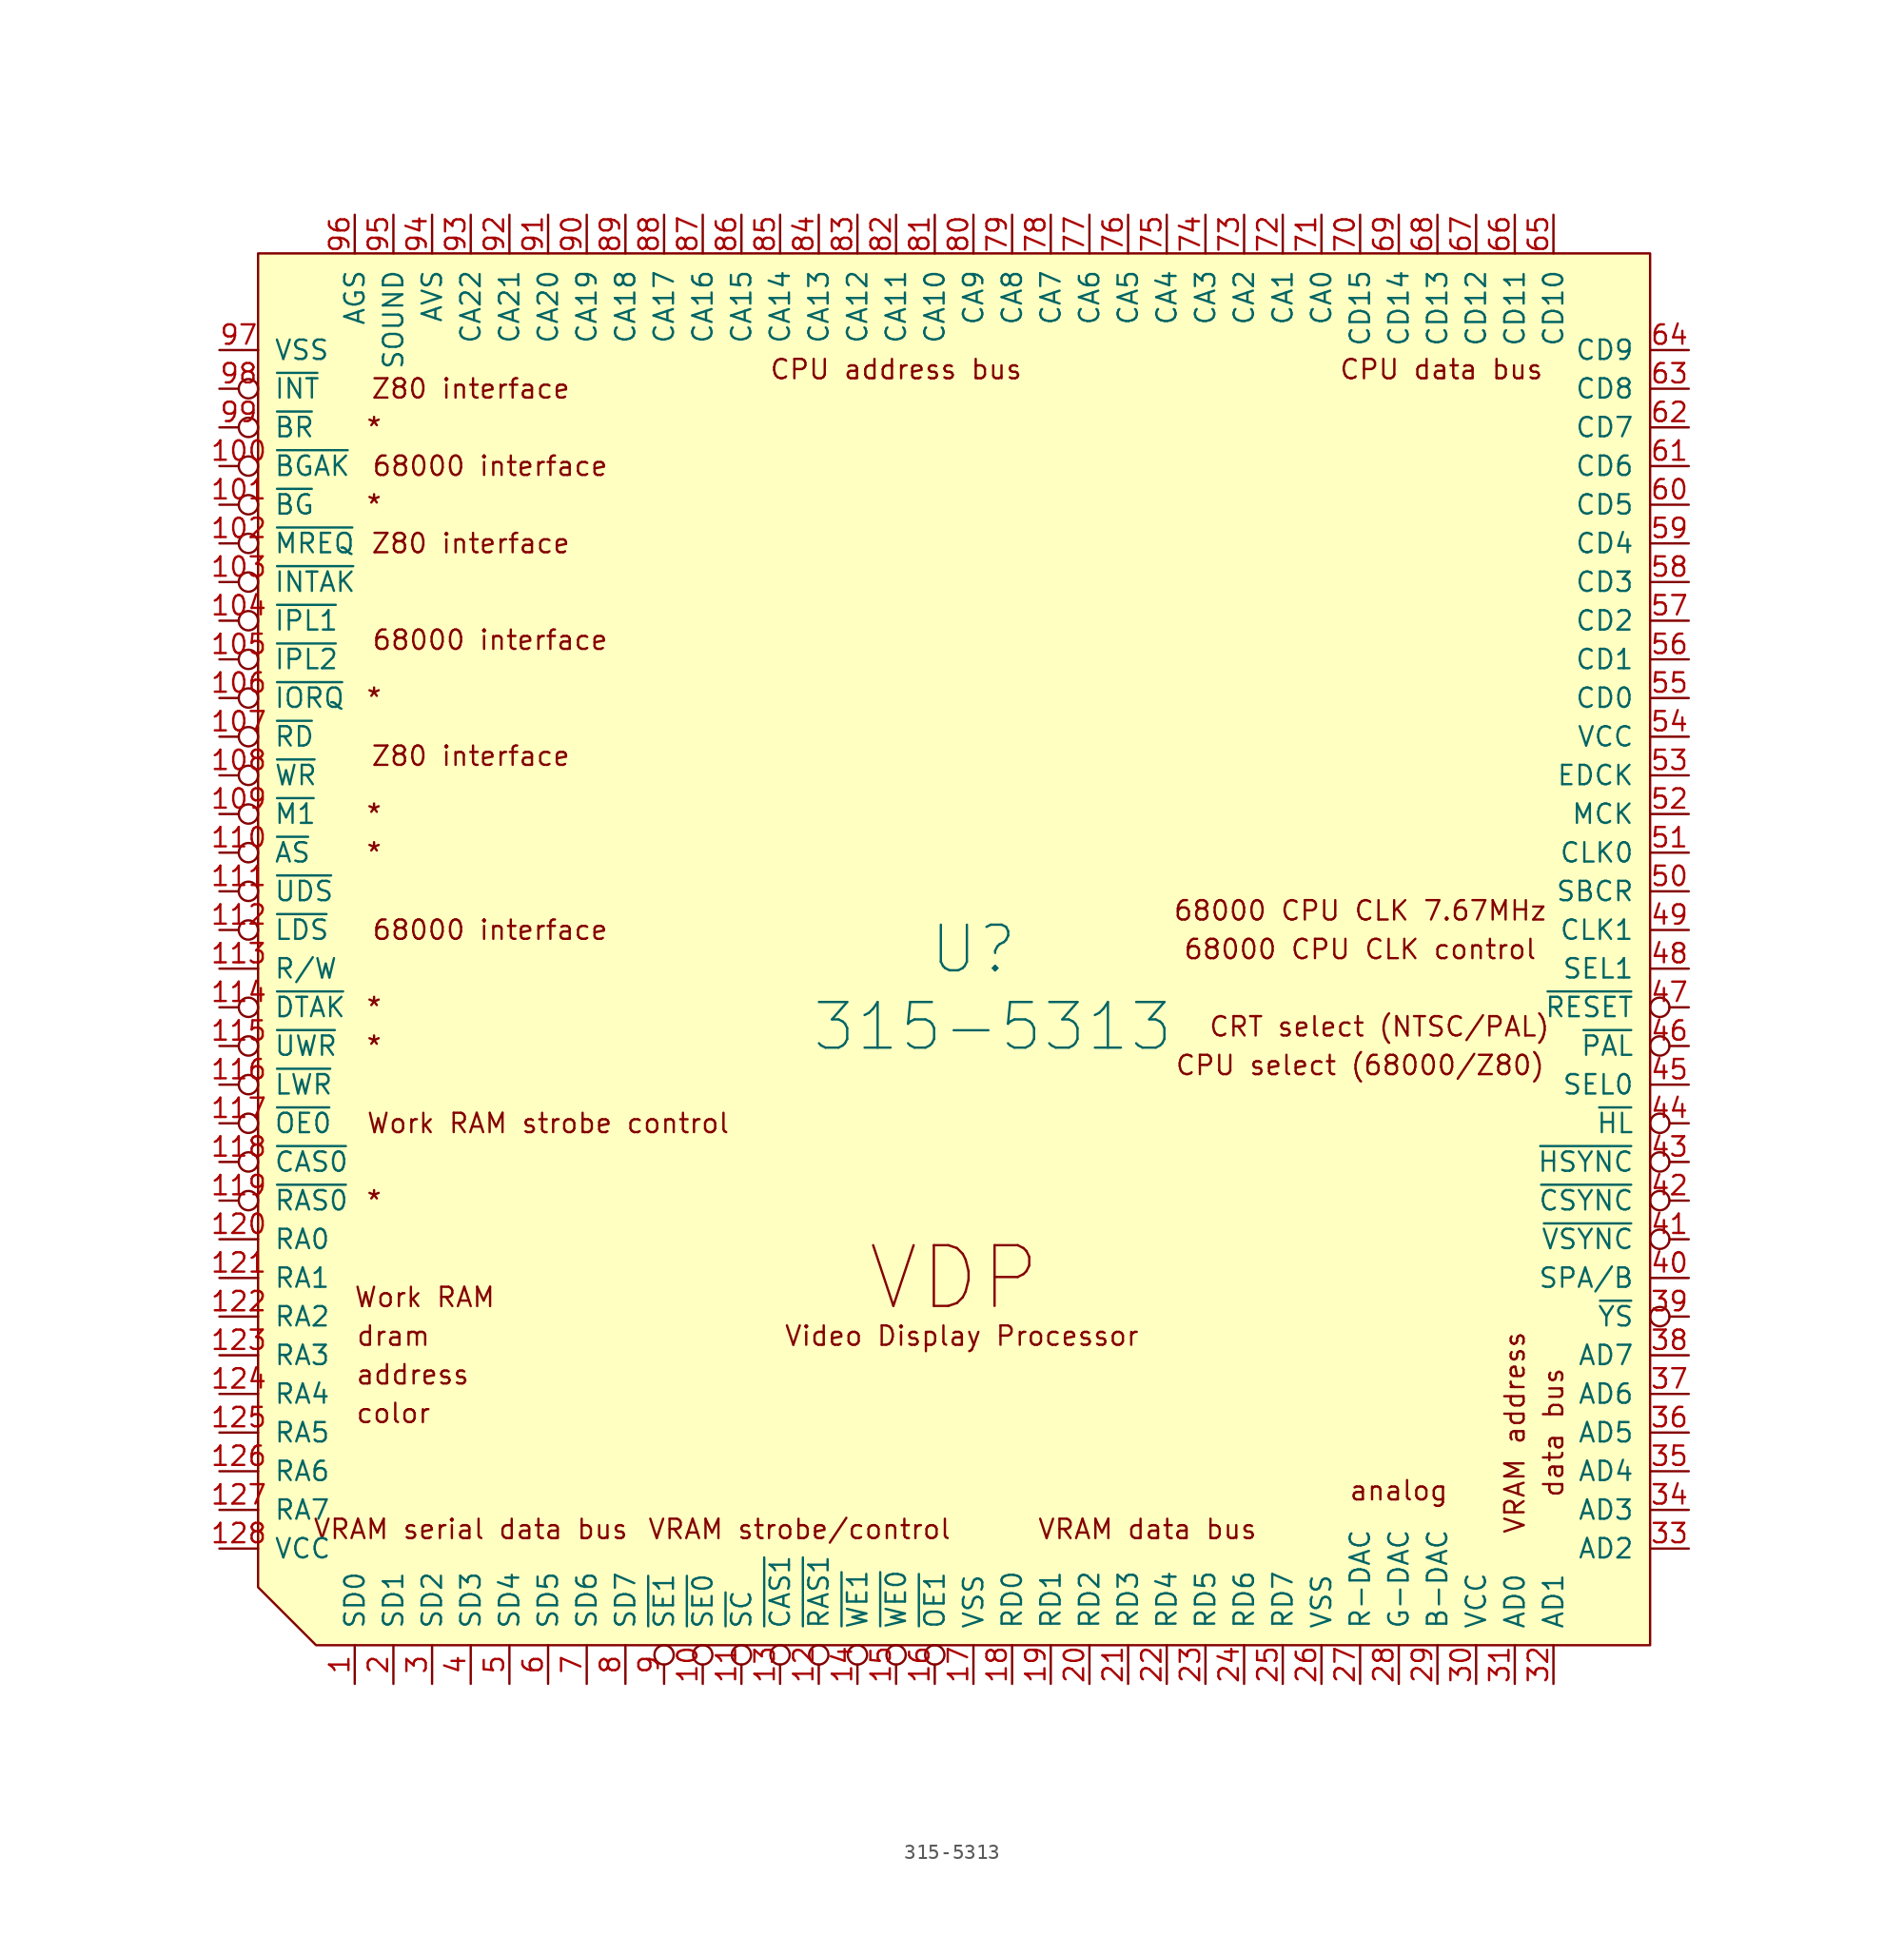
<source format=kicad_sym>
(kicad_symbol_lib
  (version 20220914)
  (generator kicad_symbol_editor)
  (symbol "315-5313"
    (pin_names
      (offset 1.016))
    (property "Reference" "U"
      (at -1.27 3.81 0)
      (effects (font (size 2.997 2.997))))
    (property "Value" "315-5313"
      (at 0 -1.27 0)
      (effects (font (size 2.997 2.997))))
    (symbol "315-5313_0_0"
      (text "*" (at -40.64 38.1 0) (effects (font (size 1.27 1.27))))
      (text "68000 CPU CLK 7.67MHz" (at 24.13 6.35 0) (effects (font (size 1.27 1.27))))
      (text "68000 CPU CLK control" (at 24.13 3.81 0) (effects (font (size 1.27 1.27))))
      (text "68000 interface" (at -33.02 5.08 0) (effects (font (size 1.27 1.27))))
      (text "68000 interface" (at -33.02 24.13 0) (effects (font (size 1.27 1.27))))
      (text "68000 interface" (at -33.02 35.56 0) (effects (font (size 1.27 1.27))))
      (text "address" (at -38.1 -24.13 0) (effects (font (size 1.27 1.27))))
      (text "color" (at -39.37 -26.67 0) (effects (font (size 1.27 1.27))))
      (text "CPU address bus" (at -6.35 41.91 0) (effects (font (size 1.27 1.27))))
      (text "CPU data bus" (at 29.464 41.91 0) (effects (font (size 1.27 1.27))))
      (text "CPU select (68000/Z80)" (at 24.13 -3.81 0) (effects (font (size 1.27 1.27))))
      (text "CRT select (NTSC/PAL)" (at 25.4 -1.27 0) (effects (font (size 1.27 1.27))))
      (text "data bus" (at 36.83 -27.94 900) (effects (font (size 1.27 1.27))))
      (text "dram" (at -39.37 -21.59 0) (effects (font (size 1.27 1.27))))
      (text "VDP" (at -2.54 -17.78 0) (effects (font (size 3.988 3.988))))
      (text "Video Display Processor" (at -2.032 -21.59 0) (effects (font (size 1.27 1.27))))
      (text "VRAM address" (at 34.29 -27.94 900) (effects (font (size 1.27 1.27))))
      (text "VRAM data bus" (at 10.16 -34.29 0) (effects (font (size 1.27 1.27))))
      (text "VRAM serial data bus" (at -34.29 -34.29 0) (effects (font (size 1.27 1.27))))
      (text "VRAM strobe/control" (at -12.7 -34.29 0) (effects (font (size 1.27 1.27))))
      (text "Work RAM " (at -36.83 -19.05 0) (effects (font (size 1.27 1.27))))
      (text "Work RAM strobe control" (at -29.21 -7.62 0) (effects (font (size 1.27 1.27))))
      (text "Z80 interface" (at -34.29 16.51 0) (effects (font (size 1.27 1.27))))
      (text "Z80 interface" (at -34.29 30.48 0) (effects (font (size 1.27 1.27))))
      (text "Z80 interface" (at -34.29 40.64 0) (effects (font (size 1.27 1.27)))))
    (symbol "315-5313_0_1"
      (polyline (pts (xy -48.26 49.53) (xy 43.18 49.53) (xy 43.18 -41.91) (xy -44.45 -41.91) (xy -48.26 -38.1) (xy -48.26 49.53)) (stroke (width 0) (type default)) (fill (type background))))
    (symbol "315-5313_1_0"
      (text "analog" (at 26.67 -31.75 0) (effects (font (size 1.27 1.27)))))
    (symbol "315-5313_1_1"
      (text "*" (at -40.64 -12.7 0) (effects (font (size 1.27 1.27))))
      (text "*" (at -40.64 -2.54 0) (effects (font (size 1.27 1.27))))
      (text "*" (at -40.64 0 0) (effects (font (size 1.27 1.27))))
      (text "*" (at -40.64 10.16 0) (effects (font (size 1.27 1.27))))
      (text "*" (at -40.64 12.7 0) (effects (font (size 1.27 1.27))))
      (text "*" (at -40.64 20.32 0) (effects (font (size 1.27 1.27))))
      (text "*" (at -40.64 33.02 0) (effects (font (size 1.27 1.27))))
      (pin bidirectional line (at -41.91 -44.45 90) (length 2.54) (name "SD0" (effects (font (size 1.27 1.27)))) (number "1" (effects (font (size 1.27 1.27)))))
      (pin output inverted (at -19.05 -44.45 90) (length 2.54) (name "~{SE0}" (effects (font (size 1.27 1.27)))) (number "10" (effects (font (size 1.27 1.27)))))
      (pin bidirectional inverted (at -50.8 35.56 0) (length 2.54) (name "~{BGAK}" (effects (font (size 1.27 1.27)))) (number "100" (effects (font (size 1.27 1.27)))))
      (pin input inverted (at -50.8 33.02 0) (length 2.54) (name "~{BG}" (effects (font (size 1.27 1.27)))) (number "101" (effects (font (size 1.27 1.27)))))
      (pin input inverted (at -50.8 30.48 0) (length 2.54) (name "~{MREQ}" (effects (font (size 1.27 1.27)))) (number "102" (effects (font (size 1.27 1.27)))))
      (pin input inverted (at -50.8 27.94 0) (length 2.54) (name "~{INTAK}" (effects (font (size 1.27 1.27)))) (number "103" (effects (font (size 1.27 1.27)))))
      (pin output inverted (at -50.8 25.4 0) (length 2.54) (name "~{IPL1}" (effects (font (size 1.27 1.27)))) (number "104" (effects (font (size 1.27 1.27)))))
      (pin output inverted (at -50.8 22.86 0) (length 2.54) (name "~{IPL2}" (effects (font (size 1.27 1.27)))) (number "105" (effects (font (size 1.27 1.27)))))
      (pin input inverted (at -50.8 20.32 0) (length 2.54) (name "~{IORQ}" (effects (font (size 1.27 1.27)))) (number "106" (effects (font (size 1.27 1.27)))))
      (pin input inverted (at -50.8 17.78 0) (length 2.54) (name "~{RD}" (effects (font (size 1.27 1.27)))) (number "107" (effects (font (size 1.27 1.27)))))
      (pin input inverted (at -50.8 15.24 0) (length 2.54) (name "~{WR}" (effects (font (size 1.27 1.27)))) (number "108" (effects (font (size 1.27 1.27)))))
      (pin input inverted (at -50.8 12.7 0) (length 2.54) (name "~{M1}" (effects (font (size 1.27 1.27)))) (number "109" (effects (font (size 1.27 1.27)))))
      (pin output inverted (at -16.51 -44.45 90) (length 2.54) (name "~{SC}" (effects (font (size 1.27 1.27)))) (number "11" (effects (font (size 1.27 1.27)))))
      (pin input inverted (at -50.8 10.16 0) (length 2.54) (name "~{AS}" (effects (font (size 1.27 1.27)))) (number "110" (effects (font (size 1.27 1.27)))))
      (pin input inverted (at -50.8 7.62 0) (length 2.54) (name "~{UDS}" (effects (font (size 1.27 1.27)))) (number "111" (effects (font (size 1.27 1.27)))))
      (pin input inverted (at -50.8 5.08 0) (length 2.54) (name "~{LDS}" (effects (font (size 1.27 1.27)))) (number "112" (effects (font (size 1.27 1.27)))))
      (pin input line (at -50.8 2.54 0) (length 2.54) (name "R/W" (effects (font (size 1.27 1.27)))) (number "113" (effects (font (size 1.27 1.27)))))
      (pin bidirectional inverted (at -50.8 0 0) (length 2.54) (name "~{DTAK}" (effects (font (size 1.27 1.27)))) (number "114" (effects (font (size 1.27 1.27)))))
      (pin output inverted (at -50.8 -2.54 0) (length 2.54) (name "~{UWR}" (effects (font (size 1.27 1.27)))) (number "115" (effects (font (size 1.27 1.27)))))
      (pin output inverted (at -50.8 -5.08 0) (length 2.54) (name "~{LWR}" (effects (font (size 1.27 1.27)))) (number "116" (effects (font (size 1.27 1.27)))))
      (pin output inverted (at -50.8 -7.62 0) (length 2.54) (name "~{OE0}" (effects (font (size 1.27 1.27)))) (number "117" (effects (font (size 1.27 1.27)))))
      (pin output inverted (at -50.8 -10.16 0) (length 2.54) (name "~{CAS0}" (effects (font (size 1.27 1.27)))) (number "118" (effects (font (size 1.27 1.27)))))
      (pin output inverted (at -50.8 -12.7 0) (length 2.54) (name "~{RAS0}" (effects (font (size 1.27 1.27)))) (number "119" (effects (font (size 1.27 1.27)))))
      (pin output inverted (at -11.43 -44.45 90) (length 2.54) (name "~{RAS1}" (effects (font (size 1.27 1.27)))) (number "12" (effects (font (size 1.27 1.27)))))
      (pin output line (at -50.8 -15.24 0) (length 2.54) (name "RA0" (effects (font (size 1.27 1.27)))) (number "120" (effects (font (size 1.27 1.27)))))
      (pin output line (at -50.8 -17.78 0) (length 2.54) (name "RA1" (effects (font (size 1.27 1.27)))) (number "121" (effects (font (size 1.27 1.27)))))
      (pin output line (at -50.8 -20.32 0) (length 2.54) (name "RA2" (effects (font (size 1.27 1.27)))) (number "122" (effects (font (size 1.27 1.27)))))
      (pin output line (at -50.8 -22.86 0) (length 2.54) (name "RA3" (effects (font (size 1.27 1.27)))) (number "123" (effects (font (size 1.27 1.27)))))
      (pin output line (at -50.8 -25.4 0) (length 2.54) (name "RA4" (effects (font (size 1.27 1.27)))) (number "124" (effects (font (size 1.27 1.27)))))
      (pin output line (at -50.8 -27.94 0) (length 2.54) (name "RA5" (effects (font (size 1.27 1.27)))) (number "125" (effects (font (size 1.27 1.27)))))
      (pin output line (at -50.8 -30.48 0) (length 2.54) (name "RA6" (effects (font (size 1.27 1.27)))) (number "126" (effects (font (size 1.27 1.27)))))
      (pin output line (at -50.8 -33.02 0) (length 2.54) (name "RA7" (effects (font (size 1.27 1.27)))) (number "127" (effects (font (size 1.27 1.27)))))
      (pin power_in line (at -50.8 -35.56 0) (length 2.54) (name "VCC" (effects (font (size 1.27 1.27)))) (number "128" (effects (font (size 1.27 1.27)))))
      (pin output inverted (at -13.97 -44.45 90) (length 2.54) (name "~{CAS1}" (effects (font (size 1.27 1.27)))) (number "13" (effects (font (size 1.27 1.27)))))
      (pin output inverted (at -8.89 -44.45 90) (length 2.54) (name "~{WE1}" (effects (font (size 1.27 1.27)))) (number "14" (effects (font (size 1.27 1.27)))))
      (pin output inverted (at -6.35 -44.45 90) (length 2.54) (name "~{WE0}" (effects (font (size 1.27 1.27)))) (number "15" (effects (font (size 1.27 1.27)))))
      (pin output inverted (at -3.81 -44.45 90) (length 2.54) (name "~{OE1}" (effects (font (size 1.27 1.27)))) (number "16" (effects (font (size 1.27 1.27)))))
      (pin power_in line (at -1.27 -44.45 90) (length 2.54) (name "VSS" (effects (font (size 1.27 1.27)))) (number "17" (effects (font (size 1.27 1.27)))))
      (pin bidirectional line (at 1.27 -44.45 90) (length 2.54) (name "RD0" (effects (font (size 1.27 1.27)))) (number "18" (effects (font (size 1.27 1.27)))))
      (pin bidirectional line (at 3.81 -44.45 90) (length 2.54) (name "RD1" (effects (font (size 1.27 1.27)))) (number "19" (effects (font (size 1.27 1.27)))))
      (pin bidirectional line (at -39.37 -44.45 90) (length 2.54) (name "SD1" (effects (font (size 1.27 1.27)))) (number "2" (effects (font (size 1.27 1.27)))))
      (pin bidirectional line (at 6.35 -44.45 90) (length 2.54) (name "RD2" (effects (font (size 1.27 1.27)))) (number "20" (effects (font (size 1.27 1.27)))))
      (pin bidirectional line (at 8.89 -44.45 90) (length 2.54) (name "RD3" (effects (font (size 1.27 1.27)))) (number "21" (effects (font (size 1.27 1.27)))))
      (pin bidirectional line (at 11.43 -44.45 90) (length 2.54) (name "RD4" (effects (font (size 1.27 1.27)))) (number "22" (effects (font (size 1.27 1.27)))))
      (pin bidirectional line (at 13.97 -44.45 90) (length 2.54) (name "RD5" (effects (font (size 1.27 1.27)))) (number "23" (effects (font (size 1.27 1.27)))))
      (pin bidirectional line (at 16.51 -44.45 90) (length 2.54) (name "RD6" (effects (font (size 1.27 1.27)))) (number "24" (effects (font (size 1.27 1.27)))))
      (pin bidirectional line (at 19.05 -44.45 90) (length 2.54) (name "RD7" (effects (font (size 1.27 1.27)))) (number "25" (effects (font (size 1.27 1.27)))))
      (pin power_in line (at 21.59 -44.45 90) (length 2.54) (name "VSS" (effects (font (size 1.27 1.27)))) (number "26" (effects (font (size 1.27 1.27)))))
      (pin output line (at 24.13 -44.45 90) (length 2.54) (name "R-DAC" (effects (font (size 1.27 1.27)))) (number "27" (effects (font (size 1.27 1.27)))))
      (pin output line (at 26.67 -44.45 90) (length 2.54) (name "G-DAC" (effects (font (size 1.27 1.27)))) (number "28" (effects (font (size 1.27 1.27)))))
      (pin output line (at 29.21 -44.45 90) (length 2.54) (name "B-DAC" (effects (font (size 1.27 1.27)))) (number "29" (effects (font (size 1.27 1.27)))))
      (pin bidirectional line (at -36.83 -44.45 90) (length 2.54) (name "SD2" (effects (font (size 1.27 1.27)))) (number "3" (effects (font (size 1.27 1.27)))))
      (pin power_in line (at 31.75 -44.45 90) (length 2.54) (name "VCC" (effects (font (size 1.27 1.27)))) (number "30" (effects (font (size 1.27 1.27)))))
      (pin bidirectional line (at 34.29 -44.45 90) (length 2.54) (name "AD0" (effects (font (size 1.27 1.27)))) (number "31" (effects (font (size 1.27 1.27)))))
      (pin bidirectional line (at 36.83 -44.45 90) (length 2.54) (name "AD1" (effects (font (size 1.27 1.27)))) (number "32" (effects (font (size 1.27 1.27)))))
      (pin bidirectional line (at 45.72 -35.56 180) (length 2.54) (name "AD2" (effects (font (size 1.27 1.27)))) (number "33" (effects (font (size 1.27 1.27)))))
      (pin bidirectional line (at 45.72 -33.02 180) (length 2.54) (name "AD3" (effects (font (size 1.27 1.27)))) (number "34" (effects (font (size 1.27 1.27)))))
      (pin bidirectional line (at 45.72 -30.48 180) (length 2.54) (name "AD4" (effects (font (size 1.27 1.27)))) (number "35" (effects (font (size 1.27 1.27)))))
      (pin bidirectional line (at 45.72 -27.94 180) (length 2.54) (name "AD5" (effects (font (size 1.27 1.27)))) (number "36" (effects (font (size 1.27 1.27)))))
      (pin bidirectional line (at 45.72 -25.4 180) (length 2.54) (name "AD6" (effects (font (size 1.27 1.27)))) (number "37" (effects (font (size 1.27 1.27)))))
      (pin bidirectional line (at 45.72 -22.86 180) (length 2.54) (name "AD7" (effects (font (size 1.27 1.27)))) (number "38" (effects (font (size 1.27 1.27)))))
      (pin output inverted (at 45.72 -20.32 180) (length 2.54) (name "~{YS}" (effects (font (size 1.27 1.27)))) (number "39" (effects (font (size 1.27 1.27)))))
      (pin bidirectional line (at -34.29 -44.45 90) (length 2.54) (name "SD3" (effects (font (size 1.27 1.27)))) (number "4" (effects (font (size 1.27 1.27)))))
      (pin bidirectional line (at 45.72 -17.78 180) (length 2.54) (name "SPA/B" (effects (font (size 1.27 1.27)))) (number "40" (effects (font (size 1.27 1.27)))))
      (pin output inverted (at 45.72 -15.24 180) (length 2.54) (name "~{VSYNC}" (effects (font (size 1.27 1.27)))) (number "41" (effects (font (size 1.27 1.27)))))
      (pin input inverted (at 45.72 -12.7 180) (length 2.54) (name "~{CSYNC}" (effects (font (size 1.27 1.27)))) (number "42" (effects (font (size 1.27 1.27)))))
      (pin bidirectional inverted (at 45.72 -10.16 180) (length 2.54) (name "~{HSYNC}" (effects (font (size 1.27 1.27)))) (number "43" (effects (font (size 1.27 1.27)))))
      (pin input inverted (at 45.72 -7.62 180) (length 2.54) (name "~{HL}" (effects (font (size 1.27 1.27)))) (number "44" (effects (font (size 1.27 1.27)))))
      (pin input line (at 45.72 -5.08 180) (length 2.54) (name "SEL0" (effects (font (size 1.27 1.27)))) (number "45" (effects (font (size 1.27 1.27)))))
      (pin input inverted (at 45.72 -2.54 180) (length 2.54) (name "~{PAL}" (effects (font (size 1.27 1.27)))) (number "46" (effects (font (size 1.27 1.27)))))
      (pin input inverted (at 45.72 0 180) (length 2.54) (name "~{RESET}" (effects (font (size 1.27 1.27)))) (number "47" (effects (font (size 1.27 1.27)))))
      (pin input line (at 45.72 2.54 180) (length 2.54) (name "SEL1" (effects (font (size 1.27 1.27)))) (number "48" (effects (font (size 1.27 1.27)))))
      (pin bidirectional line (at 45.72 5.08 180) (length 2.54) (name "CLK1" (effects (font (size 1.27 1.27)))) (number "49" (effects (font (size 1.27 1.27)))))
      (pin bidirectional line (at -31.75 -44.45 90) (length 2.54) (name "SD4" (effects (font (size 1.27 1.27)))) (number "5" (effects (font (size 1.27 1.27)))))
      (pin output line (at 45.72 7.62 180) (length 2.54) (name "SBCR" (effects (font (size 1.27 1.27)))) (number "50" (effects (font (size 1.27 1.27)))))
      (pin output line (at 45.72 10.16 180) (length 2.54) (name "CLK0" (effects (font (size 1.27 1.27)))) (number "51" (effects (font (size 1.27 1.27)))))
      (pin output line (at 45.72 12.7 180) (length 2.54) (name "MCK" (effects (font (size 1.27 1.27)))) (number "52" (effects (font (size 1.27 1.27)))))
      (pin bidirectional line (at 45.72 15.24 180) (length 2.54) (name "EDCK" (effects (font (size 1.27 1.27)))) (number "53" (effects (font (size 1.27 1.27)))))
      (pin input line (at 45.72 17.78 180) (length 2.54) (name "VCC" (effects (font (size 1.27 1.27)))) (number "54" (effects (font (size 1.27 1.27)))))
      (pin bidirectional line (at 45.72 20.32 180) (length 2.54) (name "CD0" (effects (font (size 1.27 1.27)))) (number "55" (effects (font (size 1.27 1.27)))))
      (pin bidirectional line (at 45.72 22.86 180) (length 2.54) (name "CD1" (effects (font (size 1.27 1.27)))) (number "56" (effects (font (size 1.27 1.27)))))
      (pin bidirectional line (at 45.72 25.4 180) (length 2.54) (name "CD2" (effects (font (size 1.27 1.27)))) (number "57" (effects (font (size 1.27 1.27)))))
      (pin bidirectional line (at 45.72 27.94 180) (length 2.54) (name "CD3" (effects (font (size 1.27 1.27)))) (number "58" (effects (font (size 1.27 1.27)))))
      (pin bidirectional line (at 45.72 30.48 180) (length 2.54) (name "CD4" (effects (font (size 1.27 1.27)))) (number "59" (effects (font (size 1.27 1.27)))))
      (pin bidirectional line (at -29.21 -44.45 90) (length 2.54) (name "SD5" (effects (font (size 1.27 1.27)))) (number "6" (effects (font (size 1.27 1.27)))))
      (pin bidirectional line (at 45.72 33.02 180) (length 2.54) (name "CD5" (effects (font (size 1.27 1.27)))) (number "60" (effects (font (size 1.27 1.27)))))
      (pin bidirectional line (at 45.72 35.56 180) (length 2.54) (name "CD6" (effects (font (size 1.27 1.27)))) (number "61" (effects (font (size 1.27 1.27)))))
      (pin bidirectional line (at 45.72 38.1 180) (length 2.54) (name "CD7" (effects (font (size 1.27 1.27)))) (number "62" (effects (font (size 1.27 1.27)))))
      (pin bidirectional line (at 45.72 40.64 180) (length 2.54) (name "CD8" (effects (font (size 1.27 1.27)))) (number "63" (effects (font (size 1.27 1.27)))))
      (pin bidirectional line (at 45.72 43.18 180) (length 2.54) (name "CD9" (effects (font (size 1.27 1.27)))) (number "64" (effects (font (size 1.27 1.27)))))
      (pin bidirectional line (at 36.83 52.07 270) (length 2.54) (name "CD10" (effects (font (size 1.27 1.27)))) (number "65" (effects (font (size 1.27 1.27)))))
      (pin bidirectional line (at 34.29 52.07 270) (length 2.54) (name "CD11" (effects (font (size 1.27 1.27)))) (number "66" (effects (font (size 1.27 1.27)))))
      (pin bidirectional line (at 31.75 52.07 270) (length 2.54) (name "CD12" (effects (font (size 1.27 1.27)))) (number "67" (effects (font (size 1.27 1.27)))))
      (pin bidirectional line (at 29.21 52.07 270) (length 2.54) (name "CD13" (effects (font (size 1.27 1.27)))) (number "68" (effects (font (size 1.27 1.27)))))
      (pin bidirectional line (at 26.67 52.07 270) (length 2.54) (name "CD14" (effects (font (size 1.27 1.27)))) (number "69" (effects (font (size 1.27 1.27)))))
      (pin bidirectional line (at -26.67 -44.45 90) (length 2.54) (name "SD6" (effects (font (size 1.27 1.27)))) (number "7" (effects (font (size 1.27 1.27)))))
      (pin bidirectional line (at 24.13 52.07 270) (length 2.54) (name "CD15" (effects (font (size 1.27 1.27)))) (number "70" (effects (font (size 1.27 1.27)))))
      (pin bidirectional line (at 21.59 52.07 270) (length 2.54) (name "CA0" (effects (font (size 1.27 1.27)))) (number "71" (effects (font (size 1.27 1.27)))))
      (pin bidirectional line (at 19.05 52.07 270) (length 2.54) (name "CA1" (effects (font (size 1.27 1.27)))) (number "72" (effects (font (size 1.27 1.27)))))
      (pin bidirectional line (at 16.51 52.07 270) (length 2.54) (name "CA2" (effects (font (size 1.27 1.27)))) (number "73" (effects (font (size 1.27 1.27)))))
      (pin bidirectional line (at 13.97 52.07 270) (length 2.54) (name "CA3" (effects (font (size 1.27 1.27)))) (number "74" (effects (font (size 1.27 1.27)))))
      (pin bidirectional line (at 11.43 52.07 270) (length 2.54) (name "CA4" (effects (font (size 1.27 1.27)))) (number "75" (effects (font (size 1.27 1.27)))))
      (pin bidirectional line (at 8.89 52.07 270) (length 2.54) (name "CA5" (effects (font (size 1.27 1.27)))) (number "76" (effects (font (size 1.27 1.27)))))
      (pin bidirectional line (at 6.35 52.07 270) (length 2.54) (name "CA6" (effects (font (size 1.27 1.27)))) (number "77" (effects (font (size 1.27 1.27)))))
      (pin bidirectional line (at 3.81 52.07 270) (length 2.54) (name "CA7" (effects (font (size 1.27 1.27)))) (number "78" (effects (font (size 1.27 1.27)))))
      (pin bidirectional line (at 1.27 52.07 270) (length 2.54) (name "CA8" (effects (font (size 1.27 1.27)))) (number "79" (effects (font (size 1.27 1.27)))))
      (pin bidirectional line (at -24.13 -44.45 90) (length 2.54) (name "SD7" (effects (font (size 1.27 1.27)))) (number "8" (effects (font (size 1.27 1.27)))))
      (pin bidirectional line (at -1.27 52.07 270) (length 2.54) (name "CA9" (effects (font (size 1.27 1.27)))) (number "80" (effects (font (size 1.27 1.27)))))
      (pin bidirectional line (at -3.81 52.07 270) (length 2.54) (name "CA10" (effects (font (size 1.27 1.27)))) (number "81" (effects (font (size 1.27 1.27)))))
      (pin bidirectional line (at -6.35 52.07 270) (length 2.54) (name "CA11" (effects (font (size 1.27 1.27)))) (number "82" (effects (font (size 1.27 1.27)))))
      (pin bidirectional line (at -8.89 52.07 270) (length 2.54) (name "CA12" (effects (font (size 1.27 1.27)))) (number "83" (effects (font (size 1.27 1.27)))))
      (pin bidirectional line (at -11.43 52.07 270) (length 2.54) (name "CA13" (effects (font (size 1.27 1.27)))) (number "84" (effects (font (size 1.27 1.27)))))
      (pin bidirectional line (at -13.97 52.07 270) (length 2.54) (name "CA14" (effects (font (size 1.27 1.27)))) (number "85" (effects (font (size 1.27 1.27)))))
      (pin bidirectional line (at -16.51 52.07 270) (length 2.54) (name "CA15" (effects (font (size 1.27 1.27)))) (number "86" (effects (font (size 1.27 1.27)))))
      (pin bidirectional line (at -19.05 52.07 270) (length 2.54) (name "CA16" (effects (font (size 1.27 1.27)))) (number "87" (effects (font (size 1.27 1.27)))))
      (pin bidirectional line (at -21.59 52.07 270) (length 2.54) (name "CA17" (effects (font (size 1.27 1.27)))) (number "88" (effects (font (size 1.27 1.27)))))
      (pin bidirectional line (at -24.13 52.07 270) (length 2.54) (name "CA18" (effects (font (size 1.27 1.27)))) (number "89" (effects (font (size 1.27 1.27)))))
      (pin output inverted (at -21.59 -44.45 90) (length 2.54) (name "~{SE1}" (effects (font (size 1.27 1.27)))) (number "9" (effects (font (size 1.27 1.27)))))
      (pin bidirectional line (at -26.67 52.07 270) (length 2.54) (name "CA19" (effects (font (size 1.27 1.27)))) (number "90" (effects (font (size 1.27 1.27)))))
      (pin bidirectional line (at -29.21 52.07 270) (length 2.54) (name "CA20" (effects (font (size 1.27 1.27)))) (number "91" (effects (font (size 1.27 1.27)))))
      (pin bidirectional line (at -31.75 52.07 270) (length 2.54) (name "CA21" (effects (font (size 1.27 1.27)))) (number "92" (effects (font (size 1.27 1.27)))))
      (pin bidirectional line (at -34.29 52.07 270) (length 2.54) (name "CA22" (effects (font (size 1.27 1.27)))) (number "93" (effects (font (size 1.27 1.27)))))
      (pin power_in line (at -36.83 52.07 270) (length 2.54) (name "AVS" (effects (font (size 1.27 1.27)))) (number "94" (effects (font (size 1.27 1.27)))))
      (pin output line (at -39.37 52.07 270) (length 2.54) (name "SOUND" (effects (font (size 1.27 1.27)))) (number "95" (effects (font (size 1.27 1.27)))))
      (pin power_in line (at -41.91 52.07 270) (length 2.54) (name "AGS" (effects (font (size 1.27 1.27)))) (number "96" (effects (font (size 1.27 1.27)))))
      (pin power_in line (at -50.8 43.18 0) (length 2.54) (name "VSS" (effects (font (size 1.27 1.27)))) (number "97" (effects (font (size 1.27 1.27)))))
      (pin output inverted (at -50.8 40.64 0) (length 2.54) (name "~{INT}" (effects (font (size 1.27 1.27)))) (number "98" (effects (font (size 1.27 1.27)))))
      (pin output inverted (at -50.8 38.1 0) (length 2.54) (name "~{BR}" (effects (font (size 1.27 1.27)))) (number "99" (effects (font (size 1.27 1.27))))))))
</source>
